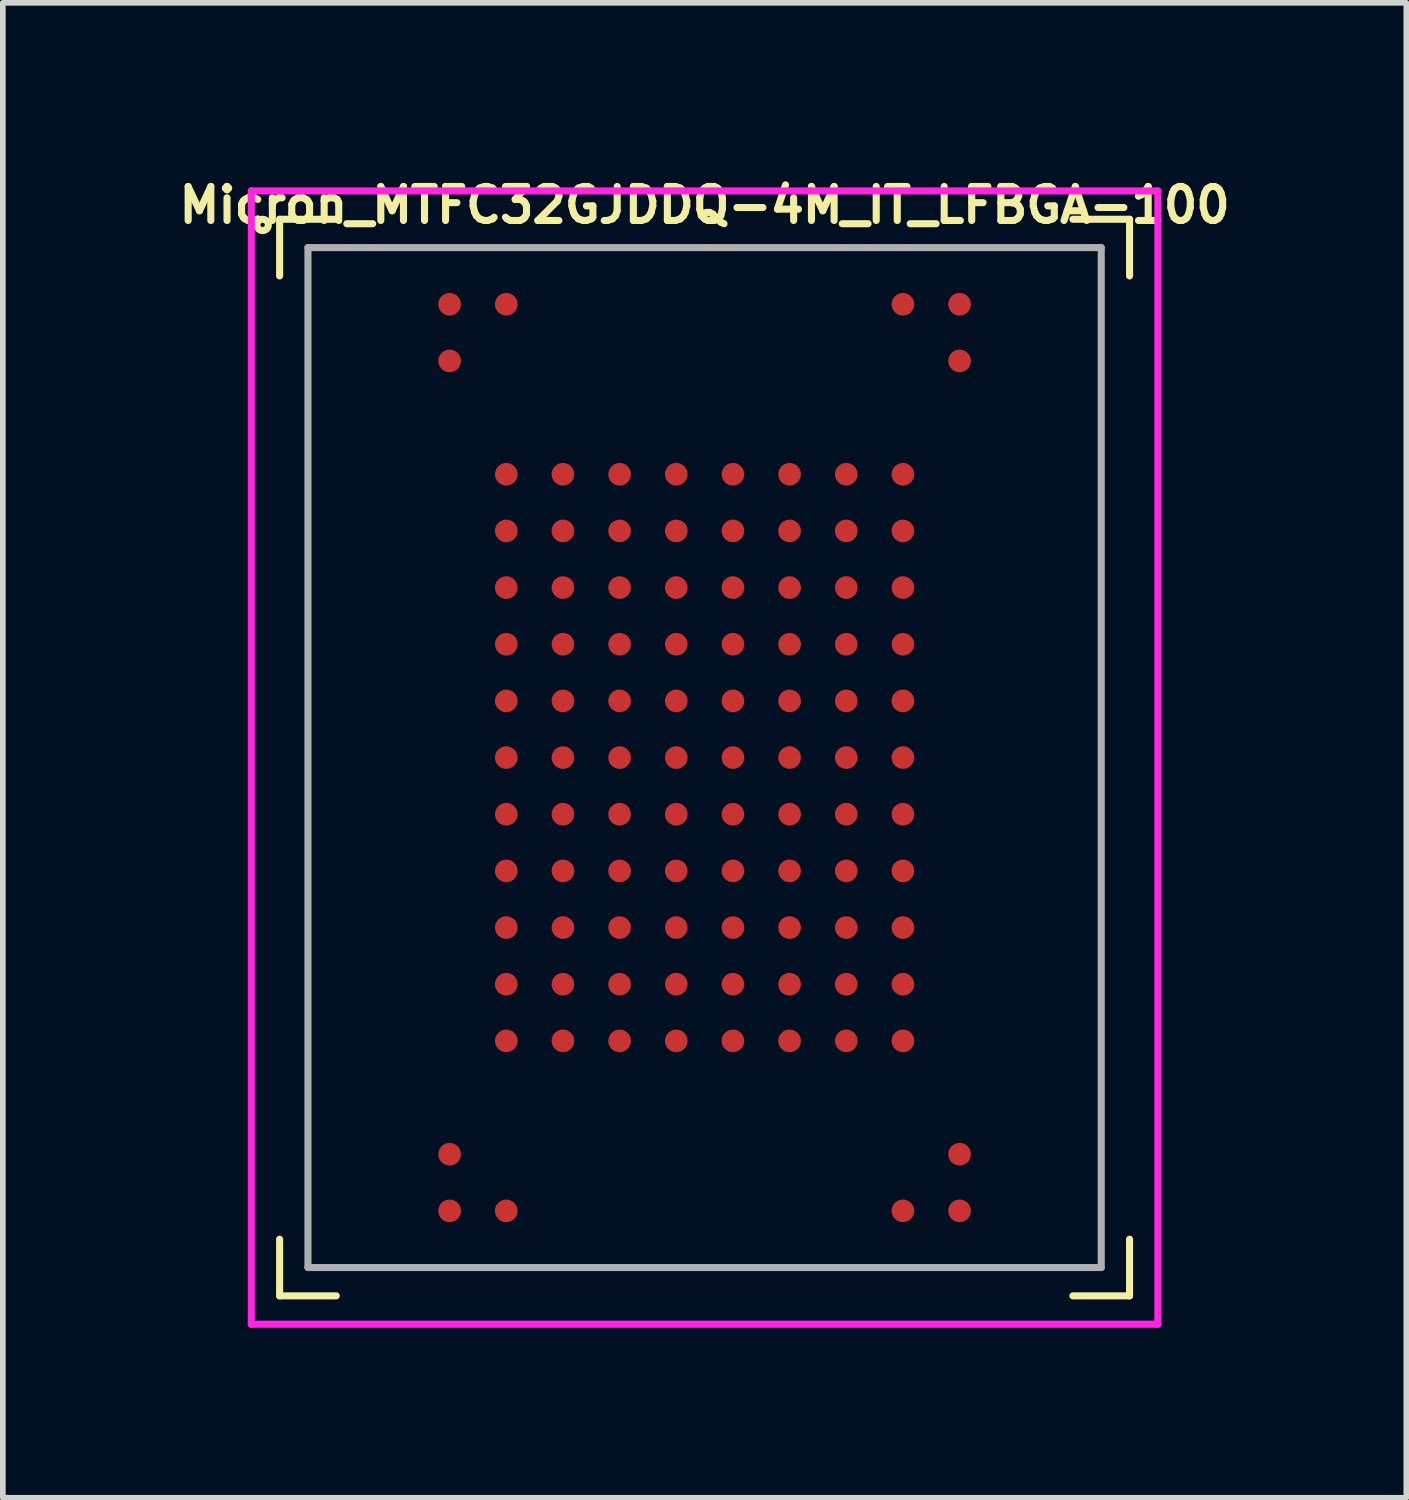
<source format=kicad_pcb>
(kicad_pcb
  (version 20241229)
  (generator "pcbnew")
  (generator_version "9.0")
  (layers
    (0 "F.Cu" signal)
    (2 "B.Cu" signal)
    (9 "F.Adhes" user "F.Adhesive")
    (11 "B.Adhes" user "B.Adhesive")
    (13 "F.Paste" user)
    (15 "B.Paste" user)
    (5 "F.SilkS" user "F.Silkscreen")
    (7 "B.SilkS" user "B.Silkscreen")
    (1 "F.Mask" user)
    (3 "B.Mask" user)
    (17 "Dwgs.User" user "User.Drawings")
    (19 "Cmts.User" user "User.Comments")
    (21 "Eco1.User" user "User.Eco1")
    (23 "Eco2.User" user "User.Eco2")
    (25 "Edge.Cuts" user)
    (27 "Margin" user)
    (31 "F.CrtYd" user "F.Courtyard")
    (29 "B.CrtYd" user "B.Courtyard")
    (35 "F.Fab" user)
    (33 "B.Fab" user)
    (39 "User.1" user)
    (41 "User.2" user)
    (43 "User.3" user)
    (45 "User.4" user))
  (footprint "Micron_MTFC32GJDDQ-4M_IT_LFBGA-100"
    (layer "F.Cu")
    (at 9.385 10.32)
    (property "Reference" "Micron_MTFC32GJDDQ-4M_IT_LFBGA-100" (at 0 -9.75 0) (layer "F.SilkS") (effects (font (size 0.6 0.6) (thickness 0.125))))
    (attr smd)
    (fp_line (start -7.5 -9.5) (end -6.5 -9.5) (stroke (width 0.125) (type solid)) (layer "F.SilkS"))
    (fp_line (start -7.5 -8.5) (end -7.5 -9.5) (stroke (width 0.125) (type solid)) (layer "F.SilkS"))
    (fp_line (start -7.5 8.5) (end -7.5 9.5) (stroke (width 0.125) (type solid)) (layer "F.SilkS"))
    (fp_line (start -7.5 9.5) (end -6.5 9.5) (stroke (width 0.125) (type solid)) (layer "F.SilkS"))
    (fp_line (start 6.5 -9.5) (end 7.5 -9.5) (stroke (width 0.125) (type solid)) (layer "F.SilkS"))
    (fp_line (start 7.5 -9.5) (end 7.5 -8.5) (stroke (width 0.125) (type solid)) (layer "F.SilkS"))
    (fp_line (start 7.5 8.5) (end 7.5 9.5) (stroke (width 0.125) (type solid)) (layer "F.SilkS"))
    (fp_line (start 7.5 9.5) (end 6.5 9.5) (stroke (width 0.125) (type solid)) (layer "F.SilkS"))
    (fp_circle (center -7.8 -9.4) (end -7.8 -9.5) (stroke (width 0.125) (type solid)) (fill no) (layer "F.SilkS"))
    (fp_line (start -8 -10) (end 8 -10) (stroke (width 0.125) (type solid)) (layer "F.CrtYd"))
    (fp_line (start -8 10) (end -8 -10) (stroke (width 0.125) (type solid)) (layer "F.CrtYd"))
    (fp_line (start 8 -10) (end 8 10) (stroke (width 0.125) (type solid)) (layer "F.CrtYd"))
    (fp_line (start 8 10) (end -8 10) (stroke (width 0.125) (type solid)) (layer "F.CrtYd"))
    (fp_line (start -7 -9) (end 7 -9) (stroke (width 0.125) (type solid)) (layer "F.Fab"))
    (fp_line (start -7 9) (end -7 -9) (stroke (width 0.125) (type solid)) (layer "F.Fab"))
    (fp_line (start 7 -9) (end 7 9) (stroke (width 0.125) (type solid)) (layer "F.Fab"))
    (fp_line (start 7 9) (end -7 9) (stroke (width 0.125) (type solid)) (layer "F.Fab"))
    (pad "A1" smd circle (at -4.5 -8) (size 0.4 0.4) (layers "F.Cu" "F.Mask" "F.Paste"))
    (pad "A2" smd circle (at -3.5 -8) (size 0.4 0.4) (layers "F.Cu" "F.Mask" "F.Paste"))
    (pad "A9" smd circle (at 3.5 -8) (size 0.4 0.4) (layers "F.Cu" "F.Mask" "F.Paste"))
    (pad "A10" smd circle (at 4.5 -8) (size 0.4 0.4) (layers "F.Cu" "F.Mask" "F.Paste"))
    (pad "B1" smd circle (at -4.5 -7) (size 0.4 0.4) (layers "F.Cu" "F.Mask" "F.Paste"))
    (pad "B10" smd circle (at 4.5 -7) (size 0.4 0.4) (layers "F.Cu" "F.Mask" "F.Paste"))
    (pad "D2" smd circle (at -3.5 -5) (size 0.4 0.4) (layers "F.Cu" "F.Mask" "F.Paste"))
    (pad "D3" smd circle (at -2.5 -5) (size 0.4 0.4) (layers "F.Cu" "F.Mask" "F.Paste"))
    (pad "D4" smd circle (at -1.5 -5) (size 0.4 0.4) (layers "F.Cu" "F.Mask" "F.Paste"))
    (pad "D5" smd circle (at -0.5 -5) (size 0.4 0.4) (layers "F.Cu" "F.Mask" "F.Paste"))
    (pad "D6" smd circle (at 0.5 -5) (size 0.4 0.4) (layers "F.Cu" "F.Mask" "F.Paste"))
    (pad "D7" smd circle (at 1.5 -5) (size 0.4 0.4) (layers "F.Cu" "F.Mask" "F.Paste"))
    (pad "D8" smd circle (at 2.5 -5) (size 0.4 0.4) (layers "F.Cu" "F.Mask" "F.Paste"))
    (pad "D9" smd circle (at 3.5 -5) (size 0.4 0.4) (layers "F.Cu" "F.Mask" "F.Paste"))
    (pad "E2" smd circle (at -3.5 -4) (size 0.4 0.4) (layers "F.Cu" "F.Mask" "F.Paste"))
    (pad "E3" smd circle (at -2.5 -4) (size 0.4 0.4) (layers "F.Cu" "F.Mask" "F.Paste"))
    (pad "E4" smd circle (at -1.5 -4) (size 0.4 0.4) (layers "F.Cu" "F.Mask" "F.Paste"))
    (pad "E5" smd circle (at -0.5 -4) (size 0.4 0.4) (layers "F.Cu" "F.Mask" "F.Paste"))
    (pad "E6" smd circle (at 0.5 -4) (size 0.4 0.4) (layers "F.Cu" "F.Mask" "F.Paste"))
    (pad "E7" smd circle (at 1.5 -4) (size 0.4 0.4) (layers "F.Cu" "F.Mask" "F.Paste"))
    (pad "E8" smd circle (at 2.5 -4) (size 0.4 0.4) (layers "F.Cu" "F.Mask" "F.Paste"))
    (pad "E9" smd circle (at 3.5 -4) (size 0.4 0.4) (layers "F.Cu" "F.Mask" "F.Paste"))
    (pad "F2" smd circle (at -3.5 -3) (size 0.4 0.4) (layers "F.Cu" "F.Mask" "F.Paste"))
    (pad "F3" smd circle (at -2.5 -3) (size 0.4 0.4) (layers "F.Cu" "F.Mask" "F.Paste"))
    (pad "F4" smd circle (at -1.5 -3) (size 0.4 0.4) (layers "F.Cu" "F.Mask" "F.Paste"))
    (pad "F5" smd circle (at -0.5 -3) (size 0.4 0.4) (layers "F.Cu" "F.Mask" "F.Paste"))
    (pad "F6" smd circle (at 0.5 -3) (size 0.4 0.4) (layers "F.Cu" "F.Mask" "F.Paste"))
    (pad "F7" smd circle (at 1.5 -3) (size 0.4 0.4) (layers "F.Cu" "F.Mask" "F.Paste"))
    (pad "F8" smd circle (at 2.5 -3) (size 0.4 0.4) (layers "F.Cu" "F.Mask" "F.Paste"))
    (pad "F9" smd circle (at 3.5 -3) (size 0.4 0.4) (layers "F.Cu" "F.Mask" "F.Paste"))
    (pad "G2" smd circle (at -3.5 -2) (size 0.4 0.4) (layers "F.Cu" "F.Mask" "F.Paste"))
    (pad "G3" smd circle (at -2.5 -2) (size 0.4 0.4) (layers "F.Cu" "F.Mask" "F.Paste"))
    (pad "G4" smd circle (at -1.5 -2) (size 0.4 0.4) (layers "F.Cu" "F.Mask" "F.Paste"))
    (pad "G5" smd circle (at -0.5 -2) (size 0.4 0.4) (layers "F.Cu" "F.Mask" "F.Paste"))
    (pad "G6" smd circle (at 0.5 -2) (size 0.4 0.4) (layers "F.Cu" "F.Mask" "F.Paste"))
    (pad "G7" smd circle (at 1.5 -2) (size 0.4 0.4) (layers "F.Cu" "F.Mask" "F.Paste"))
    (pad "G8" smd circle (at 2.5 -2) (size 0.4 0.4) (layers "F.Cu" "F.Mask" "F.Paste"))
    (pad "G9" smd circle (at 3.5 -2) (size 0.4 0.4) (layers "F.Cu" "F.Mask" "F.Paste"))
    (pad "H2" smd circle (at -3.5 -1) (size 0.4 0.4) (layers "F.Cu" "F.Mask" "F.Paste"))
    (pad "H3" smd circle (at -2.5 -1) (size 0.4 0.4) (layers "F.Cu" "F.Mask" "F.Paste"))
    (pad "H4" smd circle (at -1.5 -1) (size 0.4 0.4) (layers "F.Cu" "F.Mask" "F.Paste"))
    (pad "H5" smd circle (at -0.5 -1) (size 0.4 0.4) (layers "F.Cu" "F.Mask" "F.Paste"))
    (pad "H6" smd circle (at 0.5 -1) (size 0.4 0.4) (layers "F.Cu" "F.Mask" "F.Paste"))
    (pad "H7" smd circle (at 1.5 -1) (size 0.4 0.4) (layers "F.Cu" "F.Mask" "F.Paste"))
    (pad "H8" smd circle (at 2.5 -1) (size 0.4 0.4) (layers "F.Cu" "F.Mask" "F.Paste"))
    (pad "H9" smd circle (at 3.5 -1) (size 0.4 0.4) (layers "F.Cu" "F.Mask" "F.Paste"))
    (pad "J2" smd circle (at -3.5 0) (size 0.4 0.4) (layers "F.Cu" "F.Mask" "F.Paste"))
    (pad "J3" smd circle (at -2.5 0) (size 0.4 0.4) (layers "F.Cu" "F.Mask" "F.Paste"))
    (pad "J4" smd circle (at -1.5 0) (size 0.4 0.4) (layers "F.Cu" "F.Mask" "F.Paste"))
    (pad "J5" smd circle (at -0.5 0) (size 0.4 0.4) (layers "F.Cu" "F.Mask" "F.Paste"))
    (pad "J6" smd circle (at 0.5 0) (size 0.4 0.4) (layers "F.Cu" "F.Mask" "F.Paste"))
    (pad "J7" smd circle (at 1.5 0) (size 0.4 0.4) (layers "F.Cu" "F.Mask" "F.Paste"))
    (pad "J8" smd circle (at 2.5 0) (size 0.4 0.4) (layers "F.Cu" "F.Mask" "F.Paste"))
    (pad "J9" smd circle (at 3.5 0) (size 0.4 0.4) (layers "F.Cu" "F.Mask" "F.Paste"))
    (pad "K2" smd circle (at -3.5 1) (size 0.4 0.4) (layers "F.Cu" "F.Mask" "F.Paste"))
    (pad "K3" smd circle (at -2.5 1) (size 0.4 0.4) (layers "F.Cu" "F.Mask" "F.Paste"))
    (pad "K4" smd circle (at -1.5 1) (size 0.4 0.4) (layers "F.Cu" "F.Mask" "F.Paste"))
    (pad "K5" smd circle (at -0.5 1) (size 0.4 0.4) (layers "F.Cu" "F.Mask" "F.Paste"))
    (pad "K6" smd circle (at 0.5 1) (size 0.4 0.4) (layers "F.Cu" "F.Mask" "F.Paste"))
    (pad "K7" smd circle (at 1.5 1) (size 0.4 0.4) (layers "F.Cu" "F.Mask" "F.Paste"))
    (pad "K8" smd circle (at 2.5 1) (size 0.4 0.4) (layers "F.Cu" "F.Mask" "F.Paste"))
    (pad "K9" smd circle (at 3.5 1) (size 0.4 0.4) (layers "F.Cu" "F.Mask" "F.Paste"))
    (pad "L2" smd circle (at -3.5 2) (size 0.4 0.4) (layers "F.Cu" "F.Mask" "F.Paste"))
    (pad "L3" smd circle (at -2.5 2) (size 0.4 0.4) (layers "F.Cu" "F.Mask" "F.Paste"))
    (pad "L4" smd circle (at -1.5 2) (size 0.4 0.4) (layers "F.Cu" "F.Mask" "F.Paste"))
    (pad "L5" smd circle (at -0.5 2) (size 0.4 0.4) (layers "F.Cu" "F.Mask" "F.Paste"))
    (pad "L6" smd circle (at 0.5 2) (size 0.4 0.4) (layers "F.Cu" "F.Mask" "F.Paste"))
    (pad "L7" smd circle (at 1.5 2) (size 0.4 0.4) (layers "F.Cu" "F.Mask" "F.Paste"))
    (pad "L8" smd circle (at 2.5 2) (size 0.4 0.4) (layers "F.Cu" "F.Mask" "F.Paste"))
    (pad "L9" smd circle (at 3.5 2) (size 0.4 0.4) (layers "F.Cu" "F.Mask" "F.Paste"))
    (pad "M2" smd circle (at -3.5 3) (size 0.4 0.4) (layers "F.Cu" "F.Mask" "F.Paste"))
    (pad "M3" smd circle (at -2.5 3) (size 0.4 0.4) (layers "F.Cu" "F.Mask" "F.Paste"))
    (pad "M4" smd circle (at -1.5 3) (size 0.4 0.4) (layers "F.Cu" "F.Mask" "F.Paste"))
    (pad "M5" smd circle (at -0.5 3) (size 0.4 0.4) (layers "F.Cu" "F.Mask" "F.Paste"))
    (pad "M6" smd circle (at 0.5 3) (size 0.4 0.4) (layers "F.Cu" "F.Mask" "F.Paste"))
    (pad "M7" smd circle (at 1.5 3) (size 0.4 0.4) (layers "F.Cu" "F.Mask" "F.Paste"))
    (pad "M8" smd circle (at 2.5 3) (size 0.4 0.4) (layers "F.Cu" "F.Mask" "F.Paste"))
    (pad "M9" smd circle (at 3.5 3) (size 0.4 0.4) (layers "F.Cu" "F.Mask" "F.Paste"))
    (pad "N2" smd circle (at -3.5 4) (size 0.4 0.4) (layers "F.Cu" "F.Mask" "F.Paste"))
    (pad "N3" smd circle (at -2.5 4) (size 0.4 0.4) (layers "F.Cu" "F.Mask" "F.Paste"))
    (pad "N4" smd circle (at -1.5 4) (size 0.4 0.4) (layers "F.Cu" "F.Mask" "F.Paste"))
    (pad "N5" smd circle (at -0.5 4) (size 0.4 0.4) (layers "F.Cu" "F.Mask" "F.Paste"))
    (pad "N6" smd circle (at 0.5 4) (size 0.4 0.4) (layers "F.Cu" "F.Mask" "F.Paste"))
    (pad "N7" smd circle (at 1.5 4) (size 0.4 0.4) (layers "F.Cu" "F.Mask" "F.Paste"))
    (pad "N8" smd circle (at 2.5 4) (size 0.4 0.4) (layers "F.Cu" "F.Mask" "F.Paste"))
    (pad "N9" smd circle (at 3.5 4) (size 0.4 0.4) (layers "F.Cu" "F.Mask" "F.Paste"))
    (pad "P2" smd circle (at -3.5 5) (size 0.4 0.4) (layers "F.Cu" "F.Mask" "F.Paste"))
    (pad "P3" smd circle (at -2.5 5) (size 0.4 0.4) (layers "F.Cu" "F.Mask" "F.Paste"))
    (pad "P4" smd circle (at -1.5 5) (size 0.4 0.4) (layers "F.Cu" "F.Mask" "F.Paste"))
    (pad "P5" smd circle (at -0.5 5) (size 0.4 0.4) (layers "F.Cu" "F.Mask" "F.Paste"))
    (pad "P6" smd circle (at 0.5 5) (size 0.4 0.4) (layers "F.Cu" "F.Mask" "F.Paste"))
    (pad "P7" smd circle (at 1.5 5) (size 0.4 0.4) (layers "F.Cu" "F.Mask" "F.Paste"))
    (pad "P8" smd circle (at 2.5 5) (size 0.4 0.4) (layers "F.Cu" "F.Mask" "F.Paste"))
    (pad "P9" smd circle (at 3.5 5) (size 0.4 0.4) (layers "F.Cu" "F.Mask" "F.Paste"))
    (pad "T1" smd circle (at -4.5 7) (size 0.4 0.4) (layers "F.Cu" "F.Mask" "F.Paste"))
    (pad "T10" smd circle (at 4.5 7) (size 0.4 0.4) (layers "F.Cu" "F.Mask" "F.Paste"))
    (pad "U1" smd circle (at -4.5 8) (size 0.4 0.4) (layers "F.Cu" "F.Mask" "F.Paste"))
    (pad "U2" smd circle (at -3.5 8) (size 0.4 0.4) (layers "F.Cu" "F.Mask" "F.Paste"))
    (pad "U9" smd circle (at 3.5 8) (size 0.4 0.4) (layers "F.Cu" "F.Mask" "F.Paste"))
    (pad "U10" smd circle (at 4.5 8) (size 0.4 0.4) (layers "F.Cu" "F.Mask" "F.Paste")))
  (gr_rect
    (start -3 -3)
    (end 21.769 23.383)
    (stroke (width 0.1) (type default))
    (fill no)
    (layer "Edge.Cuts")))
</source>
